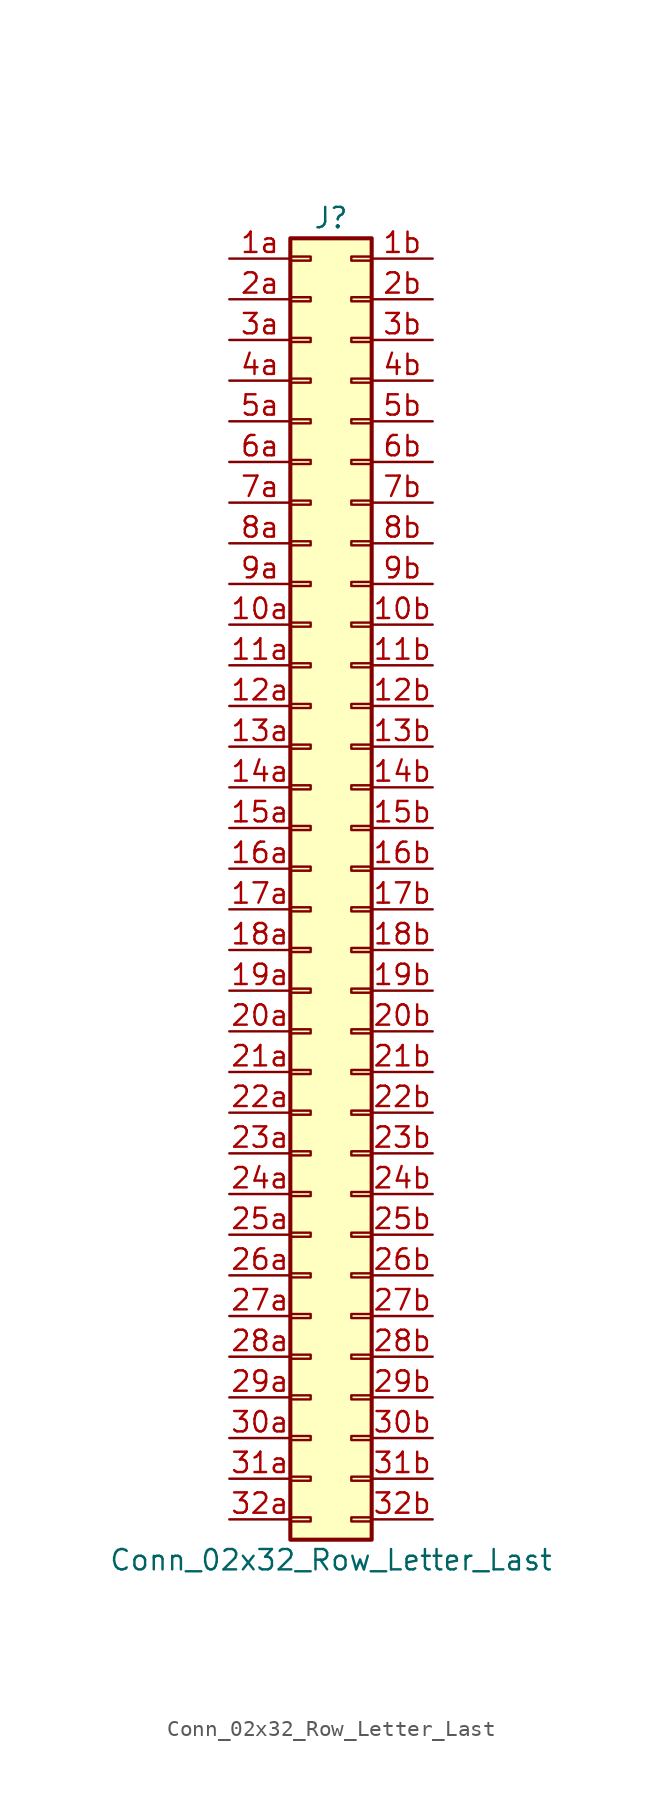
<source format=kicad_sym>
(kicad_symbol_lib
  (version 20201005)
  (generator kicad_symbol_editor)
  (symbol "Connector_Generic:Conn_02x32_Row_Letter_Last"
    (pin_names
      (offset 1.016) hide)
    (property "Reference" "J"
      (at 1.27 40.64 0)
      (effects (font (size 1.27 1.27))))
    (property "Value" "Conn_02x32_Row_Letter_Last"
      (at 1.27 -43.18 0)
      (effects (font (size 1.27 1.27))))
    (symbol "Conn_02x32_Row_Letter_Last_1_1"
      (rectangle (start -1.27 -27.813) (end 0 -28.067) (stroke (width 0.152)) (fill (type none)))
      (rectangle (start -1.27 -30.353) (end 0 -30.607) (stroke (width 0.152)) (fill (type none)))
      (rectangle (start -1.27 -32.893) (end 0 -33.147) (stroke (width 0.152)) (fill (type none)))
      (rectangle (start -1.27 -35.433) (end 0 -35.687) (stroke (width 0.152)) (fill (type none)))
      (rectangle (start -1.27 -37.973) (end 0 -38.227) (stroke (width 0.152)) (fill (type none)))
      (rectangle (start -1.27 -40.513) (end 0 -40.767) (stroke (width 0.152)) (fill (type none)))
      (rectangle (start -1.27 -4.953) (end 0 -5.207) (stroke (width 0.152)) (fill (type none)))
      (rectangle (start -1.27 -7.493) (end 0 -7.747) (stroke (width 0.152)) (fill (type none)))
      (rectangle (start -1.27 -10.033) (end 0 -10.287) (stroke (width 0.152)) (fill (type none)))
      (rectangle (start -1.27 -12.573) (end 0 -12.827) (stroke (width 0.152)) (fill (type none)))
      (rectangle (start -1.27 -15.113) (end 0 -15.367) (stroke (width 0.152)) (fill (type none)))
      (rectangle (start -1.27 -17.653) (end 0 -17.907) (stroke (width 0.152)) (fill (type none)))
      (rectangle (start -1.27 -20.193) (end 0 -20.447) (stroke (width 0.152)) (fill (type none)))
      (rectangle (start -1.27 -22.733) (end 0 -22.987) (stroke (width 0.152)) (fill (type none)))
      (rectangle (start -1.27 -2.413) (end 0 -2.667) (stroke (width 0.152)) (fill (type none)))
      (rectangle (start -1.27 -25.273) (end 0 -25.527) (stroke (width 0.152)) (fill (type none)))
      (rectangle (start -1.27 25.527) (end 0 25.273) (stroke (width 0.152)) (fill (type none)))
      (rectangle (start -1.27 2.667) (end 0 2.413) (stroke (width 0.152)) (fill (type none)))
      (rectangle (start -1.27 28.067) (end 0 27.813) (stroke (width 0.152)) (fill (type none)))
      (rectangle (start -1.27 30.607) (end 0 30.353) (stroke (width 0.152)) (fill (type none)))
      (rectangle (start -1.27 33.147) (end 0 32.893) (stroke (width 0.152)) (fill (type none)))
      (rectangle (start -1.27 35.687) (end 0 35.433) (stroke (width 0.152)) (fill (type none)))
      (rectangle (start -1.27 38.227) (end 0 37.973) (stroke (width 0.152)) (fill (type none)))
      (rectangle (start -1.27 39.37) (end 3.81 -41.91) (stroke (width 0.254)) (fill (type background)))
      (rectangle (start -1.27 5.207) (end 0 4.953) (stroke (width 0.152)) (fill (type none)))
      (rectangle (start -1.27 7.747) (end 0 7.493) (stroke (width 0.152)) (fill (type none)))
      (rectangle (start -1.27 10.287) (end 0 10.033) (stroke (width 0.152)) (fill (type none)))
      (rectangle (start -1.27 0.127) (end 0 -0.127) (stroke (width 0.152)) (fill (type none)))
      (rectangle (start -1.27 12.827) (end 0 12.573) (stroke (width 0.152)) (fill (type none)))
      (rectangle (start -1.27 15.367) (end 0 15.113) (stroke (width 0.152)) (fill (type none)))
      (rectangle (start -1.27 17.907) (end 0 17.653) (stroke (width 0.152)) (fill (type none)))
      (rectangle (start -1.27 20.447) (end 0 20.193) (stroke (width 0.152)) (fill (type none)))
      (rectangle (start -1.27 22.987) (end 0 22.733) (stroke (width 0.152)) (fill (type none)))
      (rectangle (start 3.81 -27.813) (end 2.54 -28.067) (stroke (width 0.152)) (fill (type none)))
      (rectangle (start 3.81 -30.353) (end 2.54 -30.607) (stroke (width 0.152)) (fill (type none)))
      (rectangle (start 3.81 -32.893) (end 2.54 -33.147) (stroke (width 0.152)) (fill (type none)))
      (rectangle (start 3.81 -35.433) (end 2.54 -35.687) (stroke (width 0.152)) (fill (type none)))
      (rectangle (start 3.81 -37.973) (end 2.54 -38.227) (stroke (width 0.152)) (fill (type none)))
      (rectangle (start 3.81 -40.513) (end 2.54 -40.767) (stroke (width 0.152)) (fill (type none)))
      (rectangle (start 3.81 -4.953) (end 2.54 -5.207) (stroke (width 0.152)) (fill (type none)))
      (rectangle (start 3.81 -7.493) (end 2.54 -7.747) (stroke (width 0.152)) (fill (type none)))
      (rectangle (start 3.81 -10.033) (end 2.54 -10.287) (stroke (width 0.152)) (fill (type none)))
      (rectangle (start 3.81 -12.573) (end 2.54 -12.827) (stroke (width 0.152)) (fill (type none)))
      (rectangle (start 3.81 -15.113) (end 2.54 -15.367) (stroke (width 0.152)) (fill (type none)))
      (rectangle (start 3.81 -17.653) (end 2.54 -17.907) (stroke (width 0.152)) (fill (type none)))
      (rectangle (start 3.81 -20.193) (end 2.54 -20.447) (stroke (width 0.152)) (fill (type none)))
      (rectangle (start 3.81 -22.733) (end 2.54 -22.987) (stroke (width 0.152)) (fill (type none)))
      (rectangle (start 3.81 -2.413) (end 2.54 -2.667) (stroke (width 0.152)) (fill (type none)))
      (rectangle (start 3.81 -25.273) (end 2.54 -25.527) (stroke (width 0.152)) (fill (type none)))
      (rectangle (start 3.81 25.527) (end 2.54 25.273) (stroke (width 0.152)) (fill (type none)))
      (rectangle (start 3.81 2.667) (end 2.54 2.413) (stroke (width 0.152)) (fill (type none)))
      (rectangle (start 3.81 28.067) (end 2.54 27.813) (stroke (width 0.152)) (fill (type none)))
      (rectangle (start 3.81 30.607) (end 2.54 30.353) (stroke (width 0.152)) (fill (type none)))
      (rectangle (start 3.81 33.147) (end 2.54 32.893) (stroke (width 0.152)) (fill (type none)))
      (rectangle (start 3.81 35.687) (end 2.54 35.433) (stroke (width 0.152)) (fill (type none)))
      (rectangle (start 3.81 38.227) (end 2.54 37.973) (stroke (width 0.152)) (fill (type none)))
      (rectangle (start 3.81 5.207) (end 2.54 4.953) (stroke (width 0.152)) (fill (type none)))
      (rectangle (start 3.81 7.747) (end 2.54 7.493) (stroke (width 0.152)) (fill (type none)))
      (rectangle (start 3.81 10.287) (end 2.54 10.033) (stroke (width 0.152)) (fill (type none)))
      (rectangle (start 3.81 0.127) (end 2.54 -0.127) (stroke (width 0.152)) (fill (type none)))
      (rectangle (start 3.81 12.827) (end 2.54 12.573) (stroke (width 0.152)) (fill (type none)))
      (rectangle (start 3.81 15.367) (end 2.54 15.113) (stroke (width 0.152)) (fill (type none)))
      (rectangle (start 3.81 17.907) (end 2.54 17.653) (stroke (width 0.152)) (fill (type none)))
      (rectangle (start 3.81 20.447) (end 2.54 20.193) (stroke (width 0.152)) (fill (type none)))
      (rectangle (start 3.81 22.987) (end 2.54 22.733) (stroke (width 0.152)) (fill (type none)))
      (pin passive line (at -5.08 15.24 0) (length 3.81) (name "Pin_10a" (effects (font (size 1.27 1.27)))) (number "10a" (effects (font (size 1.27 1.27)))))
      (pin passive line (at 7.62 15.24 180) (length 3.81) (name "Pin_10b" (effects (font (size 1.27 1.27)))) (number "10b" (effects (font (size 1.27 1.27)))))
      (pin passive line (at -5.08 12.7 0) (length 3.81) (name "Pin_11a" (effects (font (size 1.27 1.27)))) (number "11a" (effects (font (size 1.27 1.27)))))
      (pin passive line (at 7.62 12.7 180) (length 3.81) (name "Pin_11b" (effects (font (size 1.27 1.27)))) (number "11b" (effects (font (size 1.27 1.27)))))
      (pin passive line (at -5.08 10.16 0) (length 3.81) (name "Pin_12a" (effects (font (size 1.27 1.27)))) (number "12a" (effects (font (size 1.27 1.27)))))
      (pin passive line (at 7.62 10.16 180) (length 3.81) (name "Pin_12b" (effects (font (size 1.27 1.27)))) (number "12b" (effects (font (size 1.27 1.27)))))
      (pin passive line (at -5.08 7.62 0) (length 3.81) (name "Pin_13a" (effects (font (size 1.27 1.27)))) (number "13a" (effects (font (size 1.27 1.27)))))
      (pin passive line (at 7.62 7.62 180) (length 3.81) (name "Pin_13b" (effects (font (size 1.27 1.27)))) (number "13b" (effects (font (size 1.27 1.27)))))
      (pin passive line (at -5.08 5.08 0) (length 3.81) (name "Pin_14a" (effects (font (size 1.27 1.27)))) (number "14a" (effects (font (size 1.27 1.27)))))
      (pin passive line (at 7.62 5.08 180) (length 3.81) (name "Pin_14b" (effects (font (size 1.27 1.27)))) (number "14b" (effects (font (size 1.27 1.27)))))
      (pin passive line (at -5.08 2.54 0) (length 3.81) (name "Pin_15a" (effects (font (size 1.27 1.27)))) (number "15a" (effects (font (size 1.27 1.27)))))
      (pin passive line (at 7.62 2.54 180) (length 3.81) (name "Pin_15b" (effects (font (size 1.27 1.27)))) (number "15b" (effects (font (size 1.27 1.27)))))
      (pin passive line (at -5.08 0 0) (length 3.81) (name "Pin_16a" (effects (font (size 1.27 1.27)))) (number "16a" (effects (font (size 1.27 1.27)))))
      (pin passive line (at 7.62 0 180) (length 3.81) (name "Pin_16b" (effects (font (size 1.27 1.27)))) (number "16b" (effects (font (size 1.27 1.27)))))
      (pin passive line (at -5.08 -2.54 0) (length 3.81) (name "Pin_17a" (effects (font (size 1.27 1.27)))) (number "17a" (effects (font (size 1.27 1.27)))))
      (pin passive line (at 7.62 -2.54 180) (length 3.81) (name "Pin_17b" (effects (font (size 1.27 1.27)))) (number "17b" (effects (font (size 1.27 1.27)))))
      (pin passive line (at -5.08 -5.08 0) (length 3.81) (name "Pin_18a" (effects (font (size 1.27 1.27)))) (number "18a" (effects (font (size 1.27 1.27)))))
      (pin passive line (at 7.62 -5.08 180) (length 3.81) (name "Pin_18b" (effects (font (size 1.27 1.27)))) (number "18b" (effects (font (size 1.27 1.27)))))
      (pin passive line (at -5.08 -7.62 0) (length 3.81) (name "Pin_19a" (effects (font (size 1.27 1.27)))) (number "19a" (effects (font (size 1.27 1.27)))))
      (pin passive line (at 7.62 -7.62 180) (length 3.81) (name "Pin_19b" (effects (font (size 1.27 1.27)))) (number "19b" (effects (font (size 1.27 1.27)))))
      (pin passive line (at -5.08 38.1 0) (length 3.81) (name "Pin_1a" (effects (font (size 1.27 1.27)))) (number "1a" (effects (font (size 1.27 1.27)))))
      (pin passive line (at 7.62 38.1 180) (length 3.81) (name "Pin_1b" (effects (font (size 1.27 1.27)))) (number "1b" (effects (font (size 1.27 1.27)))))
      (pin passive line (at -5.08 -10.16 0) (length 3.81) (name "Pin_20a" (effects (font (size 1.27 1.27)))) (number "20a" (effects (font (size 1.27 1.27)))))
      (pin passive line (at 7.62 -10.16 180) (length 3.81) (name "Pin_20b" (effects (font (size 1.27 1.27)))) (number "20b" (effects (font (size 1.27 1.27)))))
      (pin passive line (at -5.08 -12.7 0) (length 3.81) (name "Pin_21a" (effects (font (size 1.27 1.27)))) (number "21a" (effects (font (size 1.27 1.27)))))
      (pin passive line (at 7.62 -12.7 180) (length 3.81) (name "Pin_21b" (effects (font (size 1.27 1.27)))) (number "21b" (effects (font (size 1.27 1.27)))))
      (pin passive line (at -5.08 -15.24 0) (length 3.81) (name "Pin_22a" (effects (font (size 1.27 1.27)))) (number "22a" (effects (font (size 1.27 1.27)))))
      (pin passive line (at 7.62 -15.24 180) (length 3.81) (name "Pin_22b" (effects (font (size 1.27 1.27)))) (number "22b" (effects (font (size 1.27 1.27)))))
      (pin passive line (at -5.08 -17.78 0) (length 3.81) (name "Pin_23a" (effects (font (size 1.27 1.27)))) (number "23a" (effects (font (size 1.27 1.27)))))
      (pin passive line (at 7.62 -17.78 180) (length 3.81) (name "Pin_23b" (effects (font (size 1.27 1.27)))) (number "23b" (effects (font (size 1.27 1.27)))))
      (pin passive line (at -5.08 -20.32 0) (length 3.81) (name "Pin_24a" (effects (font (size 1.27 1.27)))) (number "24a" (effects (font (size 1.27 1.27)))))
      (pin passive line (at 7.62 -20.32 180) (length 3.81) (name "Pin_24b" (effects (font (size 1.27 1.27)))) (number "24b" (effects (font (size 1.27 1.27)))))
      (pin passive line (at -5.08 -22.86 0) (length 3.81) (name "Pin_25a" (effects (font (size 1.27 1.27)))) (number "25a" (effects (font (size 1.27 1.27)))))
      (pin passive line (at 7.62 -22.86 180) (length 3.81) (name "Pin_25b" (effects (font (size 1.27 1.27)))) (number "25b" (effects (font (size 1.27 1.27)))))
      (pin passive line (at -5.08 -25.4 0) (length 3.81) (name "Pin_26a" (effects (font (size 1.27 1.27)))) (number "26a" (effects (font (size 1.27 1.27)))))
      (pin passive line (at 7.62 -25.4 180) (length 3.81) (name "Pin_26b" (effects (font (size 1.27 1.27)))) (number "26b" (effects (font (size 1.27 1.27)))))
      (pin passive line (at -5.08 -27.94 0) (length 3.81) (name "Pin_27a" (effects (font (size 1.27 1.27)))) (number "27a" (effects (font (size 1.27 1.27)))))
      (pin passive line (at 7.62 -27.94 180) (length 3.81) (name "Pin_27b" (effects (font (size 1.27 1.27)))) (number "27b" (effects (font (size 1.27 1.27)))))
      (pin passive line (at -5.08 -30.48 0) (length 3.81) (name "Pin_28a" (effects (font (size 1.27 1.27)))) (number "28a" (effects (font (size 1.27 1.27)))))
      (pin passive line (at 7.62 -30.48 180) (length 3.81) (name "Pin_28b" (effects (font (size 1.27 1.27)))) (number "28b" (effects (font (size 1.27 1.27)))))
      (pin passive line (at -5.08 -33.02 0) (length 3.81) (name "Pin_29a" (effects (font (size 1.27 1.27)))) (number "29a" (effects (font (size 1.27 1.27)))))
      (pin passive line (at 7.62 -33.02 180) (length 3.81) (name "Pin_29b" (effects (font (size 1.27 1.27)))) (number "29b" (effects (font (size 1.27 1.27)))))
      (pin passive line (at -5.08 35.56 0) (length 3.81) (name "Pin_2a" (effects (font (size 1.27 1.27)))) (number "2a" (effects (font (size 1.27 1.27)))))
      (pin passive line (at 7.62 35.56 180) (length 3.81) (name "Pin_2b" (effects (font (size 1.27 1.27)))) (number "2b" (effects (font (size 1.27 1.27)))))
      (pin passive line (at -5.08 -35.56 0) (length 3.81) (name "Pin_30a" (effects (font (size 1.27 1.27)))) (number "30a" (effects (font (size 1.27 1.27)))))
      (pin passive line (at 7.62 -35.56 180) (length 3.81) (name "Pin_30b" (effects (font (size 1.27 1.27)))) (number "30b" (effects (font (size 1.27 1.27)))))
      (pin passive line (at -5.08 -38.1 0) (length 3.81) (name "Pin_31a" (effects (font (size 1.27 1.27)))) (number "31a" (effects (font (size 1.27 1.27)))))
      (pin passive line (at 7.62 -38.1 180) (length 3.81) (name "Pin_31b" (effects (font (size 1.27 1.27)))) (number "31b" (effects (font (size 1.27 1.27)))))
      (pin passive line (at -5.08 -40.64 0) (length 3.81) (name "Pin_32a" (effects (font (size 1.27 1.27)))) (number "32a" (effects (font (size 1.27 1.27)))))
      (pin passive line (at 7.62 -40.64 180) (length 3.81) (name "Pin_32b" (effects (font (size 1.27 1.27)))) (number "32b" (effects (font (size 1.27 1.27)))))
      (pin passive line (at -5.08 33.02 0) (length 3.81) (name "Pin_3a" (effects (font (size 1.27 1.27)))) (number "3a" (effects (font (size 1.27 1.27)))))
      (pin passive line (at 7.62 33.02 180) (length 3.81) (name "Pin_3b" (effects (font (size 1.27 1.27)))) (number "3b" (effects (font (size 1.27 1.27)))))
      (pin passive line (at -5.08 30.48 0) (length 3.81) (name "Pin_4a" (effects (font (size 1.27 1.27)))) (number "4a" (effects (font (size 1.27 1.27)))))
      (pin passive line (at 7.62 30.48 180) (length 3.81) (name "Pin_4b" (effects (font (size 1.27 1.27)))) (number "4b" (effects (font (size 1.27 1.27)))))
      (pin passive line (at -5.08 27.94 0) (length 3.81) (name "Pin_5a" (effects (font (size 1.27 1.27)))) (number "5a" (effects (font (size 1.27 1.27)))))
      (pin passive line (at 7.62 27.94 180) (length 3.81) (name "Pin_5b" (effects (font (size 1.27 1.27)))) (number "5b" (effects (font (size 1.27 1.27)))))
      (pin passive line (at -5.08 25.4 0) (length 3.81) (name "Pin_6a" (effects (font (size 1.27 1.27)))) (number "6a" (effects (font (size 1.27 1.27)))))
      (pin passive line (at 7.62 25.4 180) (length 3.81) (name "Pin_6b" (effects (font (size 1.27 1.27)))) (number "6b" (effects (font (size 1.27 1.27)))))
      (pin passive line (at -5.08 22.86 0) (length 3.81) (name "Pin_7a" (effects (font (size 1.27 1.27)))) (number "7a" (effects (font (size 1.27 1.27)))))
      (pin passive line (at 7.62 22.86 180) (length 3.81) (name "Pin_7b" (effects (font (size 1.27 1.27)))) (number "7b" (effects (font (size 1.27 1.27)))))
      (pin passive line (at -5.08 20.32 0) (length 3.81) (name "Pin_8a" (effects (font (size 1.27 1.27)))) (number "8a" (effects (font (size 1.27 1.27)))))
      (pin passive line (at 7.62 20.32 180) (length 3.81) (name "Pin_8b" (effects (font (size 1.27 1.27)))) (number "8b" (effects (font (size 1.27 1.27)))))
      (pin passive line (at -5.08 17.78 0) (length 3.81) (name "Pin_9a" (effects (font (size 1.27 1.27)))) (number "9a" (effects (font (size 1.27 1.27)))))
      (pin passive line (at 7.62 17.78 180) (length 3.81) (name "Pin_9b" (effects (font (size 1.27 1.27)))) (number "9b" (effects (font (size 1.27 1.27))))))))
</source>
